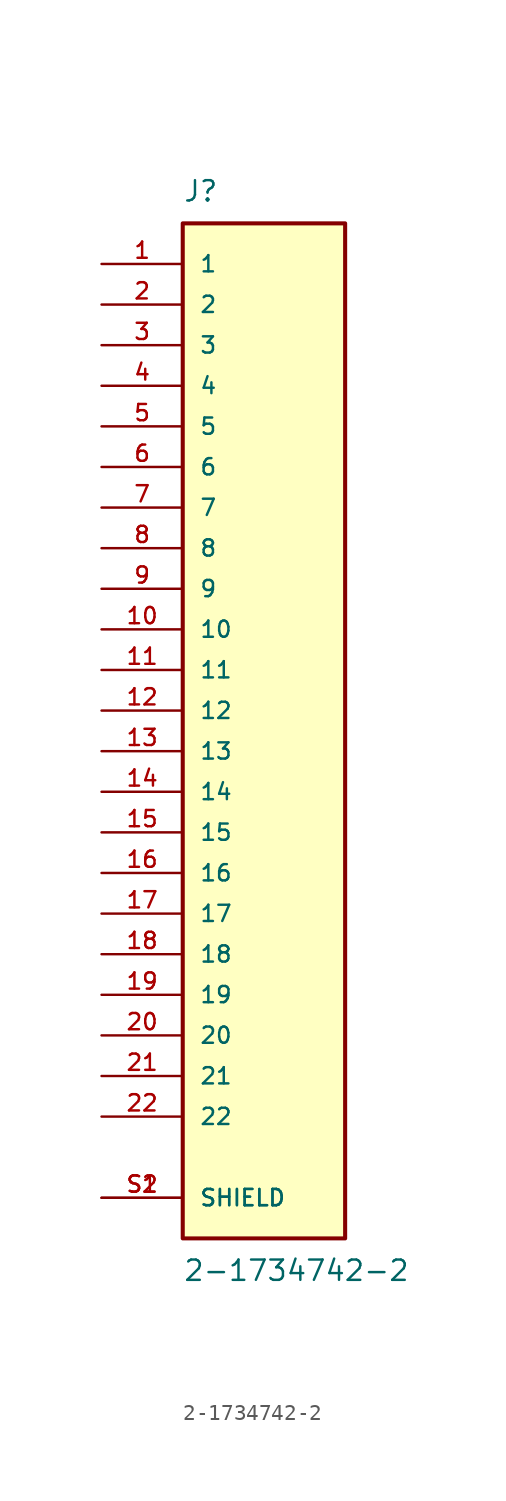
<source format=kicad_sym>
(kicad_symbol_lib
  (version 20211014)
  (generator kicad_symbol_editor)
  (symbol "2-1734742-2"
    (pin_names
      (offset 1.016))
    (property "Reference" "J"
      (at -5.08 31.75 0)
      (effects (font (size 1.27 1.27)) (justify bottom left)))
    (property "Value" "2-1734742-2"
      (at -5.08 -34.29 0)
      (effects (font (size 1.27 1.27)) (justify top left)))
    (symbol "2-1734742-2_0_0"
      (rectangle (start -5.08 -33.02) (end 5.08 30.48) (stroke (width 0.254)) (fill (type background)))
      (pin passive line (at -10.16 27.94 0) (length 5.08) (name "1" (effects (font (size 1.016 1.016)))) (number "1" (effects (font (size 1.016 1.016)))))
      (pin passive line (at -10.16 -30.48 0) (length 5.08) (name "SHIELD" (effects (font (size 1.016 1.016)))) (number "S1" (effects (font (size 1.016 1.016)))))
      (pin passive line (at -10.16 -30.48 0) (length 5.08) (name "SHIELD" (effects (font (size 1.016 1.016)))) (number "S2" (effects (font (size 1.016 1.016)))))
      (pin passive line (at -10.16 25.4 0) (length 5.08) (name "2" (effects (font (size 1.016 1.016)))) (number "2" (effects (font (size 1.016 1.016)))))
      (pin passive line (at -10.16 22.86 0) (length 5.08) (name "3" (effects (font (size 1.016 1.016)))) (number "3" (effects (font (size 1.016 1.016)))))
      (pin passive line (at -10.16 20.32 0) (length 5.08) (name "4" (effects (font (size 1.016 1.016)))) (number "4" (effects (font (size 1.016 1.016)))))
      (pin passive line (at -10.16 17.78 0) (length 5.08) (name "5" (effects (font (size 1.016 1.016)))) (number "5" (effects (font (size 1.016 1.016)))))
      (pin passive line (at -10.16 15.24 0) (length 5.08) (name "6" (effects (font (size 1.016 1.016)))) (number "6" (effects (font (size 1.016 1.016)))))
      (pin passive line (at -10.16 12.7 0) (length 5.08) (name "7" (effects (font (size 1.016 1.016)))) (number "7" (effects (font (size 1.016 1.016)))))
      (pin passive line (at -10.16 10.16 0) (length 5.08) (name "8" (effects (font (size 1.016 1.016)))) (number "8" (effects (font (size 1.016 1.016)))))
      (pin passive line (at -10.16 7.62 0) (length 5.08) (name "9" (effects (font (size 1.016 1.016)))) (number "9" (effects (font (size 1.016 1.016)))))
      (pin passive line (at -10.16 5.08 0) (length 5.08) (name "10" (effects (font (size 1.016 1.016)))) (number "10" (effects (font (size 1.016 1.016)))))
      (pin passive line (at -10.16 2.54 0) (length 5.08) (name "11" (effects (font (size 1.016 1.016)))) (number "11" (effects (font (size 1.016 1.016)))))
      (pin passive line (at -10.16 0.0 0) (length 5.08) (name "12" (effects (font (size 1.016 1.016)))) (number "12" (effects (font (size 1.016 1.016)))))
      (pin passive line (at -10.16 -2.54 0) (length 5.08) (name "13" (effects (font (size 1.016 1.016)))) (number "13" (effects (font (size 1.016 1.016)))))
      (pin passive line (at -10.16 -5.08 0) (length 5.08) (name "14" (effects (font (size 1.016 1.016)))) (number "14" (effects (font (size 1.016 1.016)))))
      (pin passive line (at -10.16 -7.62 0) (length 5.08) (name "15" (effects (font (size 1.016 1.016)))) (number "15" (effects (font (size 1.016 1.016)))))
      (pin passive line (at -10.16 -10.16 0) (length 5.08) (name "16" (effects (font (size 1.016 1.016)))) (number "16" (effects (font (size 1.016 1.016)))))
      (pin passive line (at -10.16 -12.7 0) (length 5.08) (name "17" (effects (font (size 1.016 1.016)))) (number "17" (effects (font (size 1.016 1.016)))))
      (pin passive line (at -10.16 -15.24 0) (length 5.08) (name "18" (effects (font (size 1.016 1.016)))) (number "18" (effects (font (size 1.016 1.016)))))
      (pin passive line (at -10.16 -17.78 0) (length 5.08) (name "19" (effects (font (size 1.016 1.016)))) (number "19" (effects (font (size 1.016 1.016)))))
      (pin passive line (at -10.16 -20.32 0) (length 5.08) (name "20" (effects (font (size 1.016 1.016)))) (number "20" (effects (font (size 1.016 1.016)))))
      (pin passive line (at -10.16 -22.86 0) (length 5.08) (name "21" (effects (font (size 1.016 1.016)))) (number "21" (effects (font (size 1.016 1.016)))))
      (pin passive line (at -10.16 -25.4 0) (length 5.08) (name "22" (effects (font (size 1.016 1.016)))) (number "22" (effects (font (size 1.016 1.016))))))))
</source>
